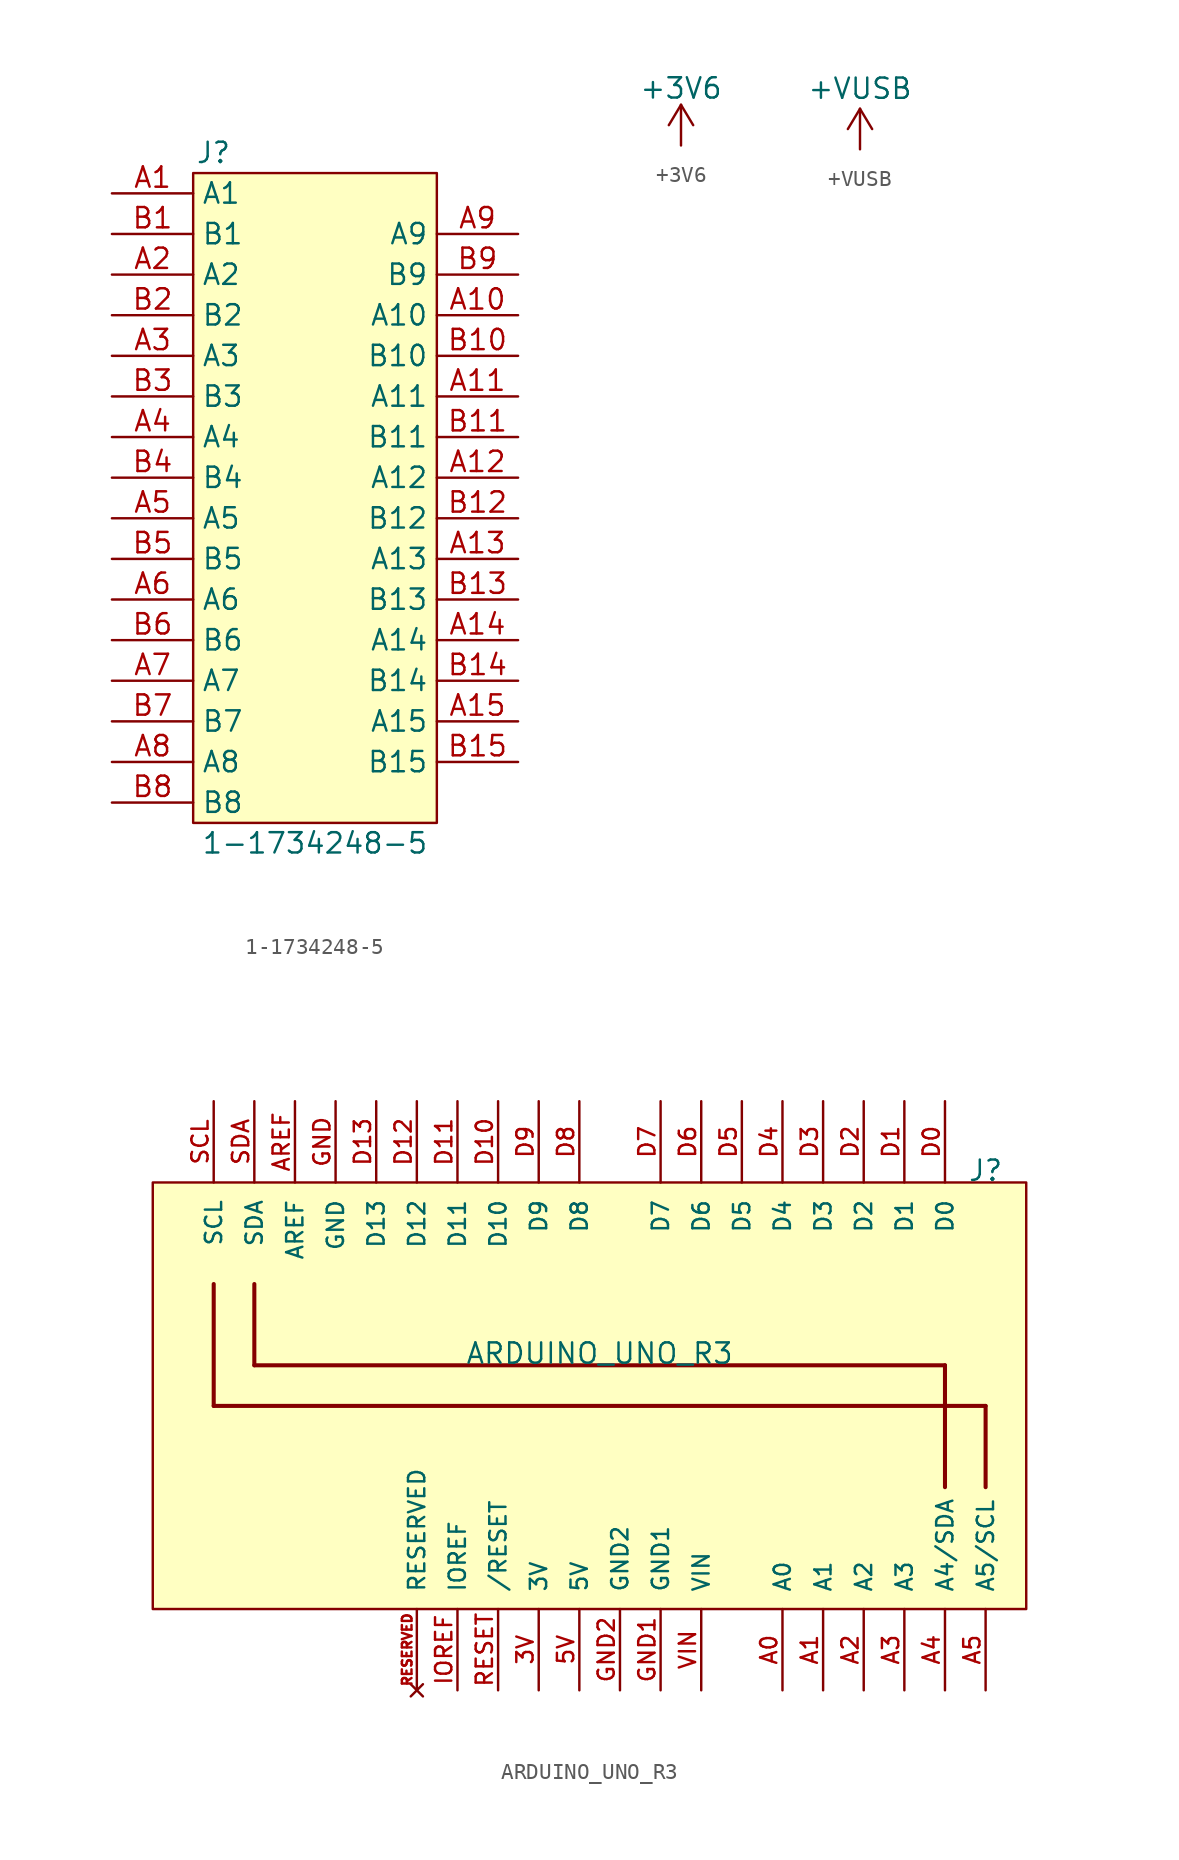
<source format=kicad_sym>
(kicad_symbol_lib
  (version 20211014)
  (generator kicad_symbol_editor)
  (symbol "1-1734248-5"
    (property "Reference" "J"
      (at 6.35 2.54 0)
      (effects (font (size 1.27 1.27))))
    (property "Value" "1-1734248-5"
      (at 12.7 -40.64 0)
      (effects (font (size 1.27 1.27))))
    (symbol "1-1734248-5_0_0"
      (pin input line (at 0 0 0) (length 5.08) (name "A1" (effects (font (size 1.27 1.27)))) (number "A1" (effects (font (size 1.27 1.27)))))
      (pin input line (at 25.4 -7.62 180) (length 5.08) (name "A10" (effects (font (size 1.27 1.27)))) (number "A10" (effects (font (size 1.27 1.27)))))
      (pin input line (at 25.4 -12.7 180) (length 5.08) (name "A11" (effects (font (size 1.27 1.27)))) (number "A11" (effects (font (size 1.27 1.27)))))
      (pin input line (at 25.4 -17.78 180) (length 5.08) (name "A12" (effects (font (size 1.27 1.27)))) (number "A12" (effects (font (size 1.27 1.27)))))
      (pin input line (at 25.4 -22.86 180) (length 5.08) (name "A13" (effects (font (size 1.27 1.27)))) (number "A13" (effects (font (size 1.27 1.27)))))
      (pin input line (at 25.4 -27.94 180) (length 5.08) (name "A14" (effects (font (size 1.27 1.27)))) (number "A14" (effects (font (size 1.27 1.27)))))
      (pin input line (at 25.4 -33.02 180) (length 5.08) (name "A15" (effects (font (size 1.27 1.27)))) (number "A15" (effects (font (size 1.27 1.27)))))
      (pin input line (at 0 -5.08 0) (length 5.08) (name "A2" (effects (font (size 1.27 1.27)))) (number "A2" (effects (font (size 1.27 1.27)))))
      (pin input line (at 0 -10.16 0) (length 5.08) (name "A3" (effects (font (size 1.27 1.27)))) (number "A3" (effects (font (size 1.27 1.27)))))
      (pin input line (at 0 -15.24 0) (length 5.08) (name "A4" (effects (font (size 1.27 1.27)))) (number "A4" (effects (font (size 1.27 1.27)))))
      (pin input line (at 0 -20.32 0) (length 5.08) (name "A5" (effects (font (size 1.27 1.27)))) (number "A5" (effects (font (size 1.27 1.27)))))
      (pin input line (at 0 -25.4 0) (length 5.08) (name "A6" (effects (font (size 1.27 1.27)))) (number "A6" (effects (font (size 1.27 1.27)))))
      (pin input line (at 0 -30.48 0) (length 5.08) (name "A7" (effects (font (size 1.27 1.27)))) (number "A7" (effects (font (size 1.27 1.27)))))
      (pin input line (at 0 -35.56 0) (length 5.08) (name "A8" (effects (font (size 1.27 1.27)))) (number "A8" (effects (font (size 1.27 1.27)))))
      (pin input line (at 25.4 -2.54 180) (length 5.08) (name "A9" (effects (font (size 1.27 1.27)))) (number "A9" (effects (font (size 1.27 1.27)))))
      (pin input line (at 0 -2.54 0) (length 5.08) (name "B1" (effects (font (size 1.27 1.27)))) (number "B1" (effects (font (size 1.27 1.27)))))
      (pin input line (at 25.4 -10.16 180) (length 5.08) (name "B10" (effects (font (size 1.27 1.27)))) (number "B10" (effects (font (size 1.27 1.27)))))
      (pin input line (at 25.4 -15.24 180) (length 5.08) (name "B11" (effects (font (size 1.27 1.27)))) (number "B11" (effects (font (size 1.27 1.27)))))
      (pin input line (at 25.4 -20.32 180) (length 5.08) (name "B12" (effects (font (size 1.27 1.27)))) (number "B12" (effects (font (size 1.27 1.27)))))
      (pin input line (at 25.4 -25.4 180) (length 5.08) (name "B13" (effects (font (size 1.27 1.27)))) (number "B13" (effects (font (size 1.27 1.27)))))
      (pin input line (at 25.4 -30.48 180) (length 5.08) (name "B14" (effects (font (size 1.27 1.27)))) (number "B14" (effects (font (size 1.27 1.27)))))
      (pin input line (at 25.4 -35.56 180) (length 5.08) (name "B15" (effects (font (size 1.27 1.27)))) (number "B15" (effects (font (size 1.27 1.27)))))
      (pin input line (at 0 -7.62 0) (length 5.08) (name "B2" (effects (font (size 1.27 1.27)))) (number "B2" (effects (font (size 1.27 1.27)))))
      (pin input line (at 0 -12.7 0) (length 5.08) (name "B3" (effects (font (size 1.27 1.27)))) (number "B3" (effects (font (size 1.27 1.27)))))
      (pin input line (at 0 -17.78 0) (length 5.08) (name "B4" (effects (font (size 1.27 1.27)))) (number "B4" (effects (font (size 1.27 1.27)))))
      (pin input line (at 0 -22.86 0) (length 5.08) (name "B5" (effects (font (size 1.27 1.27)))) (number "B5" (effects (font (size 1.27 1.27)))))
      (pin input line (at 0 -27.94 0) (length 5.08) (name "B6" (effects (font (size 1.27 1.27)))) (number "B6" (effects (font (size 1.27 1.27)))))
      (pin input line (at 0 -33.02 0) (length 5.08) (name "B7" (effects (font (size 1.27 1.27)))) (number "B7" (effects (font (size 1.27 1.27)))))
      (pin input line (at 0 -38.1 0) (length 5.08) (name "B8" (effects (font (size 1.27 1.27)))) (number "B8" (effects (font (size 1.27 1.27)))))
      (pin input line (at 25.4 -5.08 180) (length 5.08) (name "B9" (effects (font (size 1.27 1.27)))) (number "B9" (effects (font (size 1.27 1.27))))))
    (symbol "1-1734248-5_0_1"
      (rectangle (start 5.08 1.27) (end 20.32 -39.37) (stroke (width 0.152) (type default) (color 0 0 0 0)) (fill (type background)))))
  (symbol "+3V6"
    (power)
    (pin_names
      (offset 0))
    (property "Reference" "#PWR?"
      (at 0 -3.81 0)
      (effects (font (size 1.27 1.27)) hide))
    (property "Value" "+3V6"
      (at 0 3.576 0)
      (effects (font (size 1.27 1.27))))
    (symbol "+3V6_0_1"
      (polyline (pts (xy -0.762 1.27) (xy 0 2.54)) (stroke (width 0) (type default) (color 0 0 0 0)) (fill (type none)))
      (polyline (pts (xy 0 0) (xy 0 2.54)) (stroke (width 0) (type default) (color 0 0 0 0)) (fill (type none)))
      (polyline (pts (xy 0 2.54) (xy 0.762 1.27)) (stroke (width 0) (type default) (color 0 0 0 0)) (fill (type none))))
    (symbol "+3V6_1_1"
      (pin power_in line (at 0 0 90) (length 0) hide (name "+3V6" (effects (font (size 1.27 1.27)))) (number "1" (effects (font (size 1.27 1.27)))))))
  (symbol "+VUSB"
    (power)
    (pin_names
      (offset 0))
    (property "Reference" "#PWR?"
      (at 0 -3.81 0)
      (effects (font (size 1.27 1.27)) hide))
    (property "Value" "+VUSB"
      (at 0 3.81 0)
      (effects (font (size 1.27 1.27))))
    (symbol "+VUSB_0_1"
      (polyline (pts (xy -0.762 1.27) (xy 0 2.54)) (stroke (width 0) (type default) (color 0 0 0 0)) (fill (type none)))
      (polyline (pts (xy 0 0) (xy 0 2.54)) (stroke (width 0) (type default) (color 0 0 0 0)) (fill (type none)))
      (polyline (pts (xy 0 2.54) (xy 0.762 1.27)) (stroke (width 0) (type default) (color 0 0 0 0)) (fill (type none))))
    (symbol "+VUSB_1_1"
      (pin power_in line (at 0 0 90) (length 0) hide (name "+VUSB" (effects (font (size 1.27 1.27)))) (number "1" (effects (font (size 1.27 1.27)))))))
  (symbol "ARDUINO_UNO_R3"
    (pin_names
      (offset 1.016))
    (property "Reference" "J"
      (at 22.86 24.13 0)
      (effects (font (size 1.27 1.27)) (justify bottom)))
    (property "Value" "ARDUINO_UNO_R3"
      (at -1.27 12.7 0)
      (effects (font (size 1.27 1.27)) (justify bottom)))
    (property "Datasheet" ""
      (at 0 0 0)
      (effects (font (size 1.27 1.27))))
    (symbol "ARDUINO_UNO_R3_0_0"
      (polyline (pts (xy -25.4 10.16) (xy 22.86 10.16)) (stroke (width 0.254) (type default) (color 0 0 0 0)) (fill (type none)))
      (polyline (pts (xy -25.4 17.78) (xy -25.4 10.16)) (stroke (width 0.254) (type default) (color 0 0 0 0)) (fill (type none)))
      (polyline (pts (xy -22.86 12.7) (xy 20.32 12.7)) (stroke (width 0.254) (type default) (color 0 0 0 0)) (fill (type none)))
      (polyline (pts (xy -22.86 17.78) (xy -22.86 12.7)) (stroke (width 0.254) (type default) (color 0 0 0 0)) (fill (type none)))
      (polyline (pts (xy 20.32 12.7) (xy 20.32 5.08)) (stroke (width 0.254) (type default) (color 0 0 0 0)) (fill (type none)))
      (polyline (pts (xy 22.86 10.16) (xy 22.86 5.08)) (stroke (width 0.254) (type default) (color 0 0 0 0)) (fill (type none)))
      (pin power_in line (at -5.08 -7.62 90) (length 5.08) (name "3V" (effects (font (size 1.016 1.016)))) (number "3V" (effects (font (size 1.016 1.016)))))
      (pin power_in line (at -2.54 -7.62 90) (length 5.08) (name "5V" (effects (font (size 1.016 1.016)))) (number "5V" (effects (font (size 1.016 1.016)))))
      (pin bidirectional line (at 10.16 -7.62 90) (length 5.08) (name "A0" (effects (font (size 1.016 1.016)))) (number "A0" (effects (font (size 1.016 1.016)))))
      (pin bidirectional line (at 12.7 -7.62 90) (length 5.08) (name "A1" (effects (font (size 1.016 1.016)))) (number "A1" (effects (font (size 1.016 1.016)))))
      (pin bidirectional line (at 15.24 -7.62 90) (length 5.08) (name "A2" (effects (font (size 1.016 1.016)))) (number "A2" (effects (font (size 1.016 1.016)))))
      (pin bidirectional line (at 17.78 -7.62 90) (length 5.08) (name "A3" (effects (font (size 1.016 1.016)))) (number "A3" (effects (font (size 1.016 1.016)))))
      (pin bidirectional line (at 20.32 -7.62 90) (length 5.08) (name "A4/SDA" (effects (font (size 1.016 1.016)))) (number "A4" (effects (font (size 1.016 1.016)))))
      (pin bidirectional line (at 22.86 -7.62 90) (length 5.08) (name "A5/SCL" (effects (font (size 1.016 1.016)))) (number "A5" (effects (font (size 1.016 1.016)))))
      (pin bidirectional line (at -20.32 29.21 270) (length 5.08) (name "AREF" (effects (font (size 1.016 1.016)))) (number "AREF" (effects (font (size 1.016 1.016)))))
      (pin bidirectional line (at 20.32 29.21 270) (length 5.08) (name "D0" (effects (font (size 1.016 1.016)))) (number "D0" (effects (font (size 1.016 1.016)))))
      (pin bidirectional line (at 17.78 29.21 270) (length 5.08) (name "D1" (effects (font (size 1.016 1.016)))) (number "D1" (effects (font (size 1.016 1.016)))))
      (pin bidirectional line (at -7.62 29.21 270) (length 5.08) (name "D10" (effects (font (size 1.016 1.016)))) (number "D10" (effects (font (size 1.016 1.016)))))
      (pin bidirectional line (at -10.16 29.21 270) (length 5.08) (name "D11" (effects (font (size 1.016 1.016)))) (number "D11" (effects (font (size 1.016 1.016)))))
      (pin bidirectional line (at -12.7 29.21 270) (length 5.08) (name "D12" (effects (font (size 1.016 1.016)))) (number "D12" (effects (font (size 1.016 1.016)))))
      (pin bidirectional line (at -15.24 29.21 270) (length 5.08) (name "D13" (effects (font (size 1.016 1.016)))) (number "D13" (effects (font (size 1.016 1.016)))))
      (pin bidirectional line (at 15.24 29.21 270) (length 5.08) (name "D2" (effects (font (size 1.016 1.016)))) (number "D2" (effects (font (size 1.016 1.016)))))
      (pin bidirectional line (at 12.7 29.21 270) (length 5.08) (name "D3" (effects (font (size 1.016 1.016)))) (number "D3" (effects (font (size 1.016 1.016)))))
      (pin bidirectional line (at 10.16 29.21 270) (length 5.08) (name "D4" (effects (font (size 1.016 1.016)))) (number "D4" (effects (font (size 1.016 1.016)))))
      (pin bidirectional line (at 7.62 29.21 270) (length 5.08) (name "D5" (effects (font (size 1.016 1.016)))) (number "D5" (effects (font (size 1.016 1.016)))))
      (pin bidirectional line (at 5.08 29.21 270) (length 5.08) (name "D6" (effects (font (size 1.016 1.016)))) (number "D6" (effects (font (size 1.016 1.016)))))
      (pin bidirectional line (at 2.54 29.21 270) (length 5.08) (name "D7" (effects (font (size 1.016 1.016)))) (number "D7" (effects (font (size 1.016 1.016)))))
      (pin bidirectional line (at -2.54 29.21 270) (length 5.08) (name "D8" (effects (font (size 1.016 1.016)))) (number "D8" (effects (font (size 1.016 1.016)))))
      (pin bidirectional line (at -5.08 29.21 270) (length 5.08) (name "D9" (effects (font (size 1.016 1.016)))) (number "D9" (effects (font (size 1.016 1.016)))))
      (pin power_in line (at -17.78 29.21 270) (length 5.08) (name "GND" (effects (font (size 1.016 1.016)))) (number "GND" (effects (font (size 1.016 1.016)))))
      (pin power_in line (at 2.54 -7.62 90) (length 5.08) (name "GND1" (effects (font (size 1.016 1.016)))) (number "GND1" (effects (font (size 1.016 1.016)))))
      (pin power_in line (at 0 -7.62 90) (length 5.08) (name "GND2" (effects (font (size 1.016 1.016)))) (number "GND2" (effects (font (size 1.016 1.016)))))
      (pin output line (at -10.16 -7.62 90) (length 5.08) (name "IOREF" (effects (font (size 1.016 1.016)))) (number "IOREF" (effects (font (size 1.016 1.016)))))
      (pin no_connect line (at -12.7 -7.62 90) (length 5.08) (name "RESERVED" (effects (font (size 1.016 1.016)))) (number "RESERVED" (effects (font (size 0.6 0.6)))))
      (pin bidirectional line (at -7.62 -7.62 90) (length 5.08) (name "/RESET" (effects (font (size 1.016 1.016)))) (number "RESET" (effects (font (size 1.016 1.016)))))
      (pin bidirectional line (at -25.4 29.21 270) (length 5.08) (name "SCL" (effects (font (size 1.016 1.016)))) (number "SCL" (effects (font (size 1.016 1.016)))))
      (pin bidirectional line (at -22.86 29.21 270) (length 5.08) (name "SDA" (effects (font (size 1.016 1.016)))) (number "SDA" (effects (font (size 1.016 1.016)))))
      (pin power_in line (at 5.08 -7.62 90) (length 5.08) (name "VIN" (effects (font (size 1.016 1.016)))) (number "VIN" (effects (font (size 1.016 1.016))))))
    (symbol "ARDUINO_UNO_R3_0_1"
      (rectangle (start -29.21 24.13) (end 25.4 -2.54) (stroke (width 0.152) (type default) (color 0 0 0 0)) (fill (type background))))))
</source>
